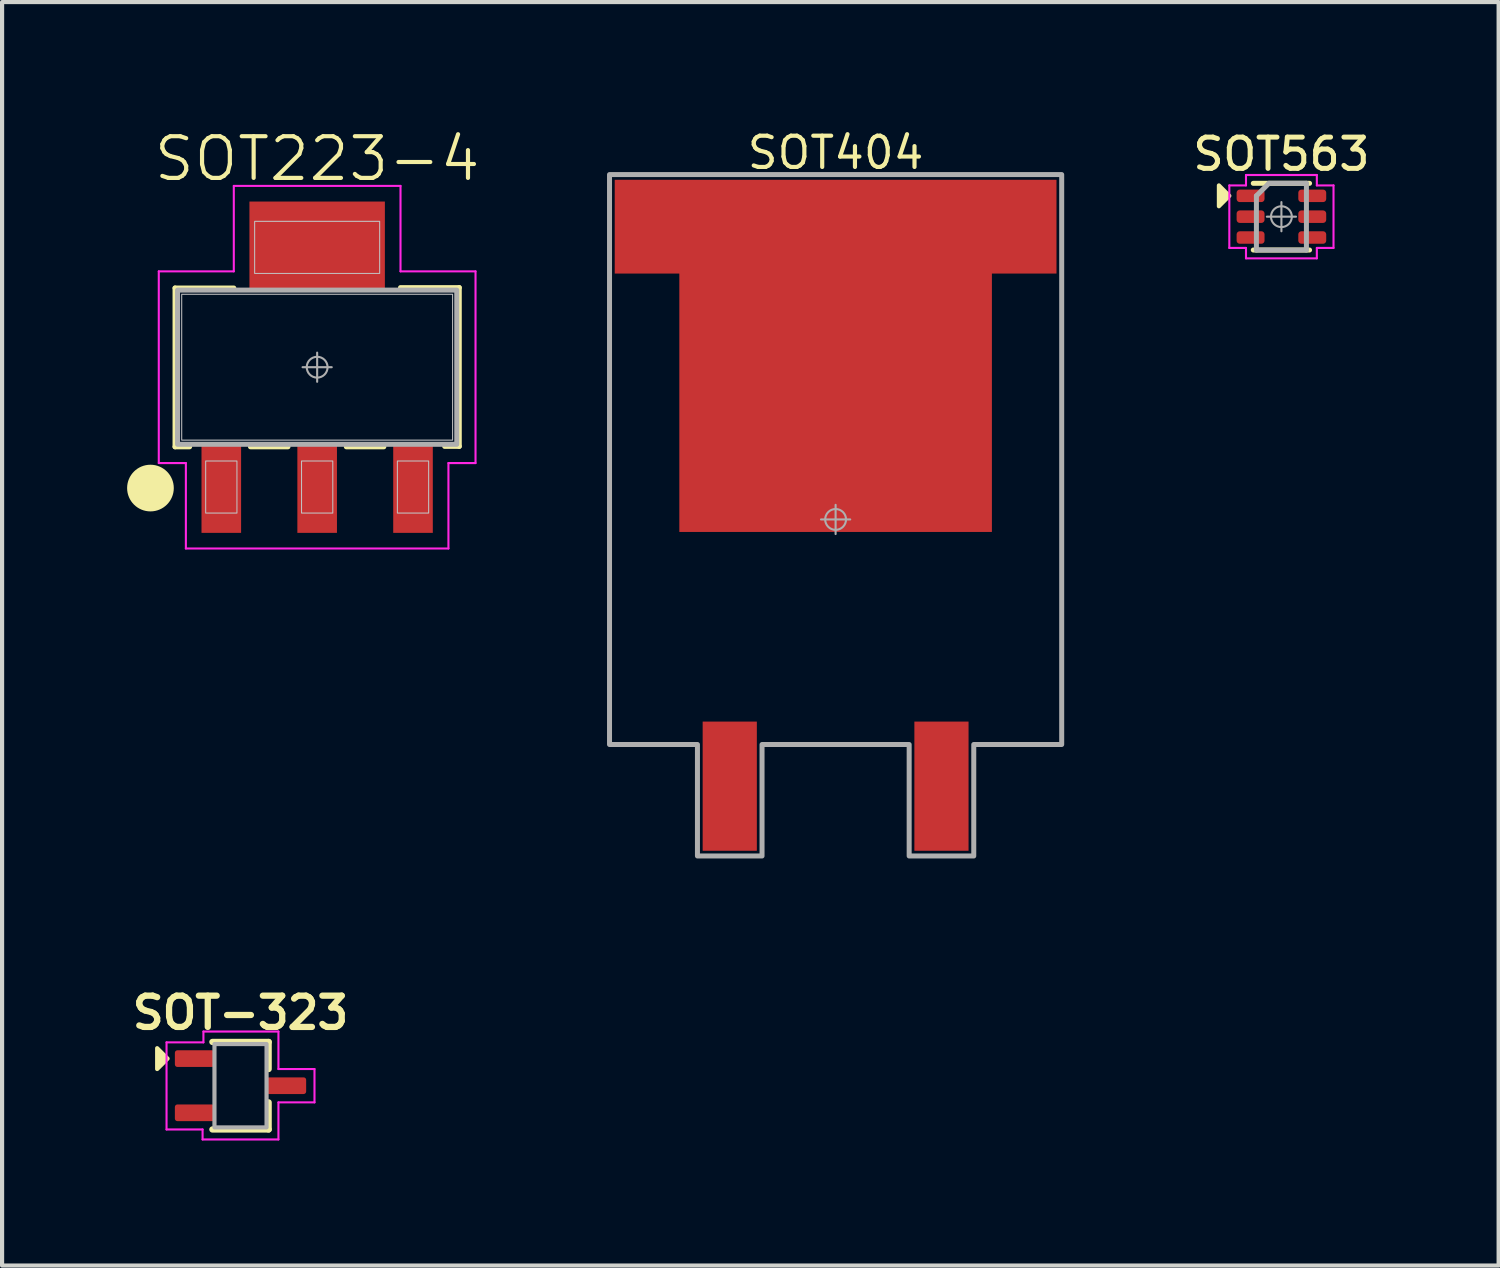
<source format=kicad_pcb>
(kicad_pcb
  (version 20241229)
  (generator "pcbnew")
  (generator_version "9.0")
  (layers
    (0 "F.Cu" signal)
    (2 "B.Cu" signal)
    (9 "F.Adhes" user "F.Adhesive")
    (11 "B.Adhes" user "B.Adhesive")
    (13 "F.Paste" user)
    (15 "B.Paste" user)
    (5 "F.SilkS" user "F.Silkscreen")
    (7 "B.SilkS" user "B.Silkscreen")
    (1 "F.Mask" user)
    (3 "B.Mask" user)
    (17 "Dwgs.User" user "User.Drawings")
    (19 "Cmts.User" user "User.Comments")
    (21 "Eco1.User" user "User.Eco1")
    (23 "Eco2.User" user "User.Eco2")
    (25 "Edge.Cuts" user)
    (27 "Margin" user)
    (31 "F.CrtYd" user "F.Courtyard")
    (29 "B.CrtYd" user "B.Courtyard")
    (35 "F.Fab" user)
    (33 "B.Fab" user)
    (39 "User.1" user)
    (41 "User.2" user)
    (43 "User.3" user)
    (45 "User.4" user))
  (footprint "SOT-323"
    (layer "F.Cu")
    (at 2.721 23.001)
    (property "Reference" "SOT-323" (at 0 -1.75 0) (unlocked yes) (layer "F.SilkS") (effects (font (size 0.75 0.75) (thickness 0.15))))
    (attr smd)
    (fp_line (start -0.675 -1.05) (end 0.675 -1.05) (stroke (width 0.15) (type default)) (layer "F.SilkS"))
    (fp_line (start -0.675 1.05) (end 0.675 1.05) (stroke (width 0.15) (type default)) (layer "F.SilkS"))
    (fp_line (start 0.675 -1.05) (end 0.675 -0.4) (stroke (width 0.15) (type default)) (layer "F.SilkS"))
    (fp_line (start 0.675 1.05) (end 0.675 0.4) (stroke (width 0.15) (type default)) (layer "F.SilkS"))
    (fp_poly (pts (xy -1.75 -0.65) (xy -2 -0.4) (xy -2 -0.9)) (stroke (width 0.1) (type solid)) (fill yes) (layer "F.SilkS"))
    (fp_line (start -1.775 -1.04) (end -1.775 1.05) (stroke (width 0.05) (type solid)) (layer "F.CrtYd"))
    (fp_line (start -1.775 1.05) (end -0.91 1.05) (stroke (width 0.05) (type solid)) (layer "F.CrtYd"))
    (fp_line (start -0.91 1.05) (end -0.91 1.29) (stroke (width 0.05) (type solid)) (layer "F.CrtYd"))
    (fp_line (start -0.91 1.29) (end 0.91 1.29) (stroke (width 0.05) (type solid)) (layer "F.CrtYd"))
    (fp_line (start -0.89 -1.3) (end -0.89 -1.04) (stroke (width 0.05) (type solid)) (layer "F.CrtYd"))
    (fp_line (start -0.89 -1.04) (end -1.775 -1.04) (stroke (width 0.05) (type solid)) (layer "F.CrtYd"))
    (fp_line (start 0.91 -1.3) (end -0.89 -1.3) (stroke (width 0.05) (type solid)) (layer "F.CrtYd"))
    (fp_line (start 0.91 -0.4) (end 0.91 -1.3) (stroke (width 0.05) (type solid)) (layer "F.CrtYd"))
    (fp_line (start 0.91 0.4) (end 1.775 0.4) (stroke (width 0.05) (type solid)) (layer "F.CrtYd"))
    (fp_line (start 0.91 1.29) (end 0.91 0.4) (stroke (width 0.05) (type solid)) (layer "F.CrtYd"))
    (fp_line (start 1.775 -0.4) (end 0.91 -0.4) (stroke (width 0.05) (type solid)) (layer "F.CrtYd"))
    (fp_line (start 1.775 0.4) (end 1.775 -0.4) (stroke (width 0.05) (type solid)) (layer "F.CrtYd"))
    (fp_rect (start -0.625 -1) (end 0.625 1) (stroke (width 0.1) (type solid)) (fill no) (layer "F.Fab"))
    (pad "1" smd roundrect (at -1.1 -0.65) (size 0.95 0.4) (layers "F.Cu" "F.Mask" "F.Paste") (roundrect_rratio 0.15))
    (pad "2" smd roundrect (at -1.1 0.65) (size 0.95 0.4) (layers "F.Cu" "F.Mask" "F.Paste") (roundrect_rratio 0.15))
    (pad "3" smd roundrect (at 1.1 0) (size 0.95 0.4) (layers "F.Cu" "F.Mask" "F.Paste") (roundrect_rratio 0.15)))
  (footprint "SOT404"
    (layer "F.Cu")
    (at 17 9.414)
    (property "Reference" "SOT404" (at 0 -8.8 0) (unlocked yes) (layer "F.SilkS") (effects (font (size 0.75 0.75) (thickness 0.1))))
    (attr smd)
    (fp_rect (start -5.25 -8.1) (end -3.75 -5.95) (stroke (width 0) (type solid)) (fill yes) (layer "F.Paste"))
    (fp_rect (start -3.7 -4.35) (end -2 -2.85) (stroke (width 0) (type solid)) (fill yes) (layer "F.Paste"))
    (fp_rect (start -3.7 -1.25) (end -2 0.25) (stroke (width 0) (type solid)) (fill yes) (layer "F.Paste"))
    (fp_rect (start -3.45 -8.1) (end -1.95 -5.95) (stroke (width 0) (type solid)) (fill yes) (layer "F.Paste"))
    (fp_rect (start -3.15 4.9) (end -1.95 6.3) (stroke (width 0) (type solid)) (fill yes) (layer "F.Paste"))
    (fp_rect (start -3.15 6.5) (end -1.95 7.9) (stroke (width 0) (type solid)) (fill yes) (layer "F.Paste"))
    (fp_rect (start -1.8 -4.35) (end -0.1 -2.85) (stroke (width 0) (type solid)) (fill yes) (layer "F.Paste"))
    (fp_rect (start -1.8 -1.25) (end -0.1 0.25) (stroke (width 0) (type solid)) (fill yes) (layer "F.Paste"))
    (fp_rect (start -1.65 -8.1) (end -0.15 -5.95) (stroke (width 0) (type solid)) (fill yes) (layer "F.Paste"))
    (fp_rect (start 0.1 -4.35) (end 1.8 -2.85) (stroke (width 0) (type solid)) (fill yes) (layer "F.Paste"))
    (fp_rect (start 0.1 -1.25) (end 1.8 0.25) (stroke (width 0) (type solid)) (fill yes) (layer "F.Paste"))
    (fp_rect (start 0.15 -8.1) (end 1.65 -5.95) (stroke (width 0) (type solid)) (fill yes) (layer "F.Paste"))
    (fp_rect (start 1.95 -8.1) (end 3.45 -5.95) (stroke (width 0) (type solid)) (fill yes) (layer "F.Paste"))
    (fp_rect (start 1.95 4.9) (end 3.15 6.3) (stroke (width 0) (type solid)) (fill yes) (layer "F.Paste"))
    (fp_rect (start 1.95 6.5) (end 3.15 7.9) (stroke (width 0) (type solid)) (fill yes) (layer "F.Paste"))
    (fp_rect (start 2 -4.35) (end 3.7 -2.85) (stroke (width 0) (type solid)) (fill yes) (layer "F.Paste"))
    (fp_rect (start 2 -1.25) (end 3.7 0.25) (stroke (width 0) (type solid)) (fill yes) (layer "F.Paste"))
    (fp_rect (start 3.75 -8.1) (end 5.25 -5.95) (stroke (width 0) (type solid)) (fill yes) (layer "F.Paste"))
    (fp_line (start -0.35 0) (end 0.35 0) (stroke (width 0.05) (type solid)) (layer "F.Fab"))
    (fp_line (start 0 -0.35) (end 0 0.35) (stroke (width 0.05) (type solid)) (layer "F.Fab"))
    (fp_circle (center 0 0) (end 0.25 0) (stroke (width 0.05) (type solid)) (fill no) (layer "F.Fab"))
    (fp_poly (pts (xy -5.425 -8.275) (xy 5.425 -8.275) (xy 5.425 5.4) (xy 3.315 5.4) (xy 3.315 8.075) (xy 1.765 8.075) (xy 1.765 5.4) (xy -1.765 5.4) (xy -1.765 8.075) (xy -3.315 8.075) (xy -3.315 5.4) (xy -5.425 5.4)) (stroke (width 0.12) (type solid)) (fill no) (layer "F.Fab"))
    (pad "1" smd rect (at -2.54 6.4) (size 1.3 3.1) (layers "F.Cu" "F.Mask"))
    (pad "2" smd custom (at 0 -3.9) (size 1.3 3.1) (layers "F.Cu" "F.Mask") (options (anchor rect)) (primitives (gr_poly (pts (xy -3.75 4.2) (xy -3.75 -2) (xy -5.3 -2) (xy -5.3 -4.25) (xy 5.3 -4.25) (xy 5.3 -2) (xy 3.75 -2) (xy 3.75 4.2)) (width 0) (fill yes))))
    (pad "3" smd rect (at 2.54 6.4) (size 1.3 3.1) (layers "F.Cu" "F.Mask")))
  (footprint "SOT223-4"
    (layer "F.Cu")
    (at 4.56 5.761)
    (property "Reference" "SOT223-4" (at 0 -5 0) (unlocked yes) (layer "F.SilkS") (effects (font (size 1 1) (thickness 0.1))))
    (attr smd)
    (fp_line (start -3.41 -1.9) (end -3.41 1.91) (stroke (width 0.12) (type default)) (layer "F.SilkS"))
    (fp_line (start -3.41 -1.9) (end -2 -1.9) (stroke (width 0.12) (type default)) (layer "F.SilkS"))
    (fp_line (start -3.41 1.91) (end -3.06 1.91) (stroke (width 0.12) (type default)) (layer "F.SilkS"))
    (fp_line (start -1.6 1.91) (end -0.7 1.91) (stroke (width 0.12) (type default)) (layer "F.SilkS"))
    (fp_line (start 0.7 1.91) (end 1.6 1.91) (stroke (width 0.12) (type default)) (layer "F.SilkS"))
    (fp_line (start 2 -1.91) (end 3.41 -1.91) (stroke (width 0.12) (type default)) (layer "F.SilkS"))
    (fp_line (start 3.41 -1.91) (end 3.41 1.9) (stroke (width 0.12) (type default)) (layer "F.SilkS"))
    (fp_line (start 3.41 1.9) (end 3.06 1.9) (stroke (width 0.12) (type default)) (layer "F.SilkS"))
    (fp_circle (center -4 2.9) (end -3.5 2.9) (stroke (width 0.12) (type solid)) (fill yes) (layer "F.SilkS"))
    (fp_rect (start -3.25 -1.75) (end 3.25 1.75) (stroke (width 0.025) (type default)) (fill no) (layer "Dwgs.User"))
    (fp_rect (start -2.675 2.25) (end -1.925 3.5) (stroke (width 0.025) (type default)) (fill no) (layer "Dwgs.User"))
    (fp_rect (start -1.5 -3.5) (end 1.5 -2.25) (stroke (width 0.025) (type default)) (fill no) (layer "Dwgs.User"))
    (fp_rect (start -0.375 2.25) (end 0.375 3.5) (stroke (width 0.025) (type default)) (fill no) (layer "Dwgs.User"))
    (fp_rect (start 1.925 2.25) (end 2.675 3.5) (stroke (width 0.025) (type default)) (fill no) (layer "Dwgs.User"))
    (fp_line (start -3.8 -2.3) (end -2 -2.3) (stroke (width 0.05) (type default)) (layer "F.CrtYd"))
    (fp_line (start -3.8 2.3) (end -3.8 -2.3) (stroke (width 0.05) (type default)) (layer "F.CrtYd"))
    (fp_line (start -3.15 2.3) (end -3.8 2.3) (stroke (width 0.05) (type default)) (layer "F.CrtYd"))
    (fp_line (start -3.15 4.35) (end -3.15 2.3) (stroke (width 0.05) (type default)) (layer "F.CrtYd"))
    (fp_line (start -2 -4.35) (end 2 -4.35) (stroke (width 0.05) (type default)) (layer "F.CrtYd"))
    (fp_line (start -2 -2.3) (end -2 -4.35) (stroke (width 0.05) (type default)) (layer "F.CrtYd"))
    (fp_line (start 2 -4.35) (end 2 -2.3) (stroke (width 0.05) (type default)) (layer "F.CrtYd"))
    (fp_line (start 2 -2.3) (end 3.8 -2.3) (stroke (width 0.05) (type default)) (layer "F.CrtYd"))
    (fp_line (start 3.15 2.3) (end 3.15 4.35) (stroke (width 0.05) (type default)) (layer "F.CrtYd"))
    (fp_line (start 3.15 4.35) (end -3.15 4.35) (stroke (width 0.05) (type default)) (layer "F.CrtYd"))
    (fp_line (start 3.8 -2.3) (end 3.8 2.3) (stroke (width 0.05) (type default)) (layer "F.CrtYd"))
    (fp_line (start 3.8 2.3) (end 3.15 2.3) (stroke (width 0.05) (type default)) (layer "F.CrtYd"))
    (fp_line (start -0.35 0) (end 0.35 0) (stroke (width 0.05) (type solid)) (layer "F.Fab"))
    (fp_line (start 0 -0.35) (end 0 0.35) (stroke (width 0.05) (type solid)) (layer "F.Fab"))
    (fp_rect (start -3.35 -1.85) (end 3.35 1.85) (stroke (width 0.12) (type default)) (fill no) (layer "F.Fab"))
    (fp_circle (center 0 0) (end 0.25 0) (stroke (width 0.05) (type solid)) (fill no) (layer "F.Fab"))
    (pad "1" smd rect (at -2.3 2.9) (size 0.95 2.15) (layers "F.Cu" "F.Mask" "F.Paste"))
    (pad "2" smd rect (at 0 2.9) (size 0.95 2.15) (layers "F.Cu" "F.Mask" "F.Paste"))
    (pad "3" smd rect (at 2.3 2.9) (size 0.95 2.15) (layers "F.Cu" "F.Mask" "F.Paste"))
    (pad "4" smd rect (at 0 -2.9) (size 3.25 2.15) (layers "F.Cu" "F.Mask" "F.Paste")))
  (footprint "SOT563"
    (layer "F.Cu")
    (at 27.697 2.149)
    (property "Reference" "SOT563" (at 0 -1.5 0) (layer "F.SilkS") (effects (font (size 0.75 0.75) (thickness 0.12))))
    (attr smd)
    (fp_line (start -0.675 -0.8) (end 0.675 -0.8) (stroke (width 0.12) (type solid)) (layer "F.SilkS"))
    (fp_line (start 0.675 0.8) (end -0.675 0.8) (stroke (width 0.12) (type solid)) (layer "F.SilkS"))
    (fp_poly (pts (xy -1.25 -0.5) (xy -1.5 -0.25) (xy -1.5 -0.75)) (stroke (width 0.1) (type solid)) (fill yes) (layer "F.SilkS"))
    (fp_line (start -1.25 -0.75) (end -1.25 0.75) (stroke (width 0.05) (type solid)) (layer "F.CrtYd"))
    (fp_line (start -1.25 0.75) (end -0.85 0.75) (stroke (width 0.05) (type solid)) (layer "F.CrtYd"))
    (fp_line (start -0.85 -1) (end -0.85 -0.75) (stroke (width 0.05) (type solid)) (layer "F.CrtYd"))
    (fp_line (start -0.85 -0.75) (end -1.25 -0.75) (stroke (width 0.05) (type solid)) (layer "F.CrtYd"))
    (fp_line (start -0.85 0.75) (end -0.85 1) (stroke (width 0.05) (type solid)) (layer "F.CrtYd"))
    (fp_line (start -0.85 1) (end 0.85 1) (stroke (width 0.05) (type solid)) (layer "F.CrtYd"))
    (fp_line (start 0.85 -1) (end -0.85 -1) (stroke (width 0.05) (type solid)) (layer "F.CrtYd"))
    (fp_line (start 0.85 -0.75) (end 0.85 -1) (stroke (width 0.05) (type solid)) (layer "F.CrtYd"))
    (fp_line (start 0.85 0.75) (end 1.25 0.75) (stroke (width 0.05) (type solid)) (layer "F.CrtYd"))
    (fp_line (start 0.85 1) (end 0.85 0.75) (stroke (width 0.05) (type solid)) (layer "F.CrtYd"))
    (fp_line (start 1.25 -0.75) (end 0.85 -0.75) (stroke (width 0.05) (type solid)) (layer "F.CrtYd"))
    (fp_line (start 1.25 0.75) (end 1.25 -0.75) (stroke (width 0.05) (type solid)) (layer "F.CrtYd"))
    (fp_line (start -0.6 -0.5) (end -0.3 -0.8) (stroke (width 0.12) (type solid)) (layer "F.Fab"))
    (fp_line (start -0.6 0.8) (end -0.6 -0.5) (stroke (width 0.12) (type solid)) (layer "F.Fab"))
    (fp_line (start -0.3 -0.8) (end 0.6 -0.8) (stroke (width 0.12) (type solid)) (layer "F.Fab"))
    (fp_line (start 0 -0.35) (end 0 0.35) (stroke (width 0.05) (type solid)) (layer "F.Fab"))
    (fp_line (start 0.35 0) (end -0.35 0) (stroke (width 0.05) (type solid)) (layer "F.Fab"))
    (fp_line (start 0.6 -0.8) (end 0.6 0.8) (stroke (width 0.12) (type solid)) (layer "F.Fab"))
    (fp_line (start 0.6 0.8) (end -0.6 0.8) (stroke (width 0.12) (type solid)) (layer "F.Fab"))
    (fp_circle (center 0 0) (end 0 0.25) (stroke (width 0.05) (type solid)) (fill no) (layer "F.Fab"))
    (pad "1" smd roundrect (at -0.74 -0.5) (size 0.67 0.3) (layers "F.Cu" "F.Mask" "F.Paste") (roundrect_rratio 0.25))
    (pad "2" smd roundrect (at -0.74 0) (size 0.67 0.3) (layers "F.Cu" "F.Mask" "F.Paste") (roundrect_rratio 0.25))
    (pad "3" smd roundrect (at -0.74 0.5) (size 0.67 0.3) (layers "F.Cu" "F.Mask" "F.Paste") (roundrect_rratio 0.25))
    (pad "4" smd roundrect (at 0.74 0.5) (size 0.67 0.3) (layers "F.Cu" "F.Mask" "F.Paste") (roundrect_rratio 0.25))
    (pad "5" smd roundrect (at 0.74 0) (size 0.67 0.3) (layers "F.Cu" "F.Mask" "F.Paste") (roundrect_rratio 0.25))
    (pad "6" smd roundrect (at 0.74 -0.5) (size 0.67 0.3) (layers "F.Cu" "F.Mask" "F.Paste") (roundrect_rratio 0.25)))
  (gr_rect
    (start -3 -3)
    (end 32.909 27.316)
    (stroke (width 0.1) (type default))
    (fill no)
    (layer "Edge.Cuts")))
</source>
